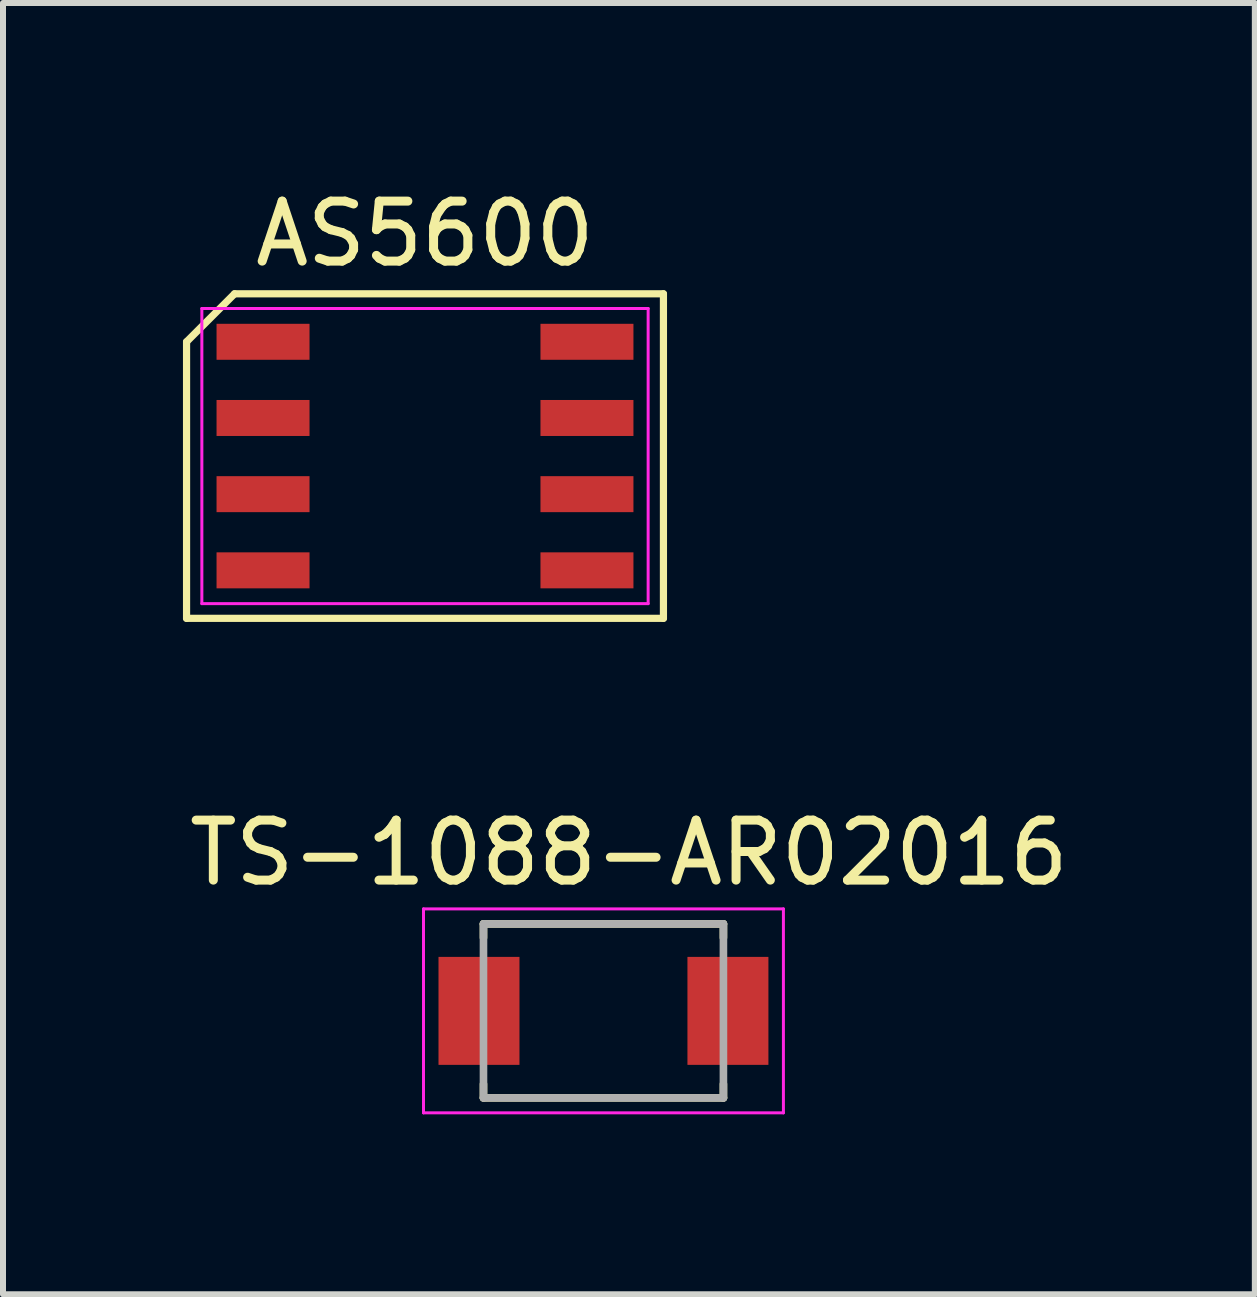
<source format=kicad_pcb>
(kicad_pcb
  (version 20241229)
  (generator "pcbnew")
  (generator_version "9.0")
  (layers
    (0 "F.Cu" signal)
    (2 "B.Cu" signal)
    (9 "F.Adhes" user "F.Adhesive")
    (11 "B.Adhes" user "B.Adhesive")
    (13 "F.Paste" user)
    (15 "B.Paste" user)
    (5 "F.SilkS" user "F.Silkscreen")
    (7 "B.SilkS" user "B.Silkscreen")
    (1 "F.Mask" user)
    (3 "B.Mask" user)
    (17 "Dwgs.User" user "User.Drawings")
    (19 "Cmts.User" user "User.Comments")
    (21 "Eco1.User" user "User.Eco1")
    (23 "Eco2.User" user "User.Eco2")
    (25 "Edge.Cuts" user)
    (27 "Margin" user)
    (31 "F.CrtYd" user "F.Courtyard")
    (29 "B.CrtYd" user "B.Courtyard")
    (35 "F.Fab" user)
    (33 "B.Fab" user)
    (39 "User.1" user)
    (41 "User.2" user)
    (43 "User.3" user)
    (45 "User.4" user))
  (footprint "AS5600"
    (layer "F.Cu")
    (at 3.835 4.458)
    (property "Reference" "AS5600" (at 0.2 -3.61 0) (layer "F.SilkS") (effects (font (size 1 1) (thickness 0.15))))
    (attr smd)
    (fp_line (start -3.775 -1.81) (end -2.975 -2.61) (stroke (width 0.12) (type default)) (layer "F.SilkS"))
    (fp_line (start -3.775 2.8) (end -3.775 -1.81) (stroke (width 0.12) (type default)) (layer "F.SilkS"))
    (fp_line (start -2.975 -2.61) (end 4.175 -2.61) (stroke (width 0.12) (type default)) (layer "F.SilkS"))
    (fp_line (start 4.175 -2.61) (end 4.175 2.8) (stroke (width 0.12) (type default)) (layer "F.SilkS"))
    (fp_line (start 4.175 2.8) (end -3.775 2.8) (stroke (width 0.12) (type default)) (layer "F.SilkS"))
    (fp_line (start -3.52 -2.365) (end 3.92 -2.365) (stroke (width 0.05) (type default)) (layer "F.CrtYd"))
    (fp_line (start -3.52 2.555) (end -3.52 -2.365) (stroke (width 0.05) (type default)) (layer "F.CrtYd"))
    (fp_line (start 3.92 -2.365) (end 3.92 2.555) (stroke (width 0.05) (type default)) (layer "F.CrtYd"))
    (fp_line (start 3.92 2.555) (end -3.52 2.555) (stroke (width 0.05) (type default)) (layer "F.CrtYd"))
    (pad "1" smd rect (at -2.5 -1.81 270) (size 0.6 1.55) (layers "F.Cu" "F.Mask" "F.Paste"))
    (pad "2" smd rect (at -2.5 -0.54 270) (size 0.6 1.55) (layers "F.Cu" "F.Mask" "F.Paste"))
    (pad "3" smd rect (at -2.5 0.73 270) (size 0.6 1.55) (layers "F.Cu" "F.Mask" "F.Paste"))
    (pad "4" smd rect (at -2.5 2 270) (size 0.6 1.55) (layers "F.Cu" "F.Mask" "F.Paste"))
    (pad "5" smd rect (at 2.9 2 270) (size 0.6 1.55) (layers "F.Cu" "F.Mask" "F.Paste"))
    (pad "6" smd rect (at 2.9 0.73 270) (size 0.6 1.55) (layers "F.Cu" "F.Mask" "F.Paste"))
    (pad "7" smd rect (at 2.9 -0.54 270) (size 0.6 1.55) (layers "F.Cu" "F.Mask" "F.Paste"))
    (pad "8" smd rect (at 2.9 -1.81 270) (size 0.6 1.55) (layers "F.Cu" "F.Mask" "F.Paste")))
  (footprint "TS-1088-AR02016"
    (layer "F.Cu")
    (at 7.01 13.802)
    (property "Reference" "TS-1088-AR02016" (at 0.425 -2.635 0) (layer "F.SilkS") (effects (font (size 1 1) (thickness 0.15))))
    (attr smd)
    (fp_line (start -2 -1.45) (end 2 -1.45) (stroke (width 0.127) (type solid)) (layer "F.SilkS"))
    (fp_line (start -2 -1.22) (end -2 -1.45) (stroke (width 0.127) (type solid)) (layer "F.SilkS"))
    (fp_line (start -2 1.45) (end -2 1.22) (stroke (width 0.127) (type solid)) (layer "F.SilkS"))
    (fp_line (start 2 -1.45) (end 2 -1.22) (stroke (width 0.127) (type solid)) (layer "F.SilkS"))
    (fp_line (start 2 1.45) (end -2 1.45) (stroke (width 0.127) (type solid)) (layer "F.SilkS"))
    (fp_line (start 2 1.45) (end 2 1.22) (stroke (width 0.127) (type solid)) (layer "F.SilkS"))
    (fp_line (start -3 -1.7) (end -3 1.7) (stroke (width 0.05) (type solid)) (layer "F.CrtYd"))
    (fp_line (start -3 1.7) (end 3 1.7) (stroke (width 0.05) (type solid)) (layer "F.CrtYd"))
    (fp_line (start 3 -1.7) (end -3 -1.7) (stroke (width 0.05) (type solid)) (layer "F.CrtYd"))
    (fp_line (start 3 1.7) (end 3 -1.7) (stroke (width 0.05) (type solid)) (layer "F.CrtYd"))
    (fp_line (start -2 -1.45) (end 2 -1.45) (stroke (width 0.127) (type solid)) (layer "F.Fab"))
    (fp_line (start -2 1.45) (end -2 -1.45) (stroke (width 0.127) (type solid)) (layer "F.Fab"))
    (fp_line (start 2 -1.45) (end 2 1.45) (stroke (width 0.127) (type solid)) (layer "F.Fab"))
    (fp_line (start 2 1.45) (end -2 1.45) (stroke (width 0.127) (type solid)) (layer "F.Fab"))
    (pad "1" smd rect (at -2.075 0) (size 1.35 1.8) (layers "F.Cu" "F.Mask" "F.Paste"))
    (pad "2" smd rect (at 2.075 0) (size 1.35 1.8) (layers "F.Cu" "F.Mask" "F.Paste")))
  (gr_rect
    (start -3 -3)
    (end 17.869 18.526)
    (stroke (width 0.1) (type default))
    (fill no)
    (layer "Edge.Cuts")))
</source>
